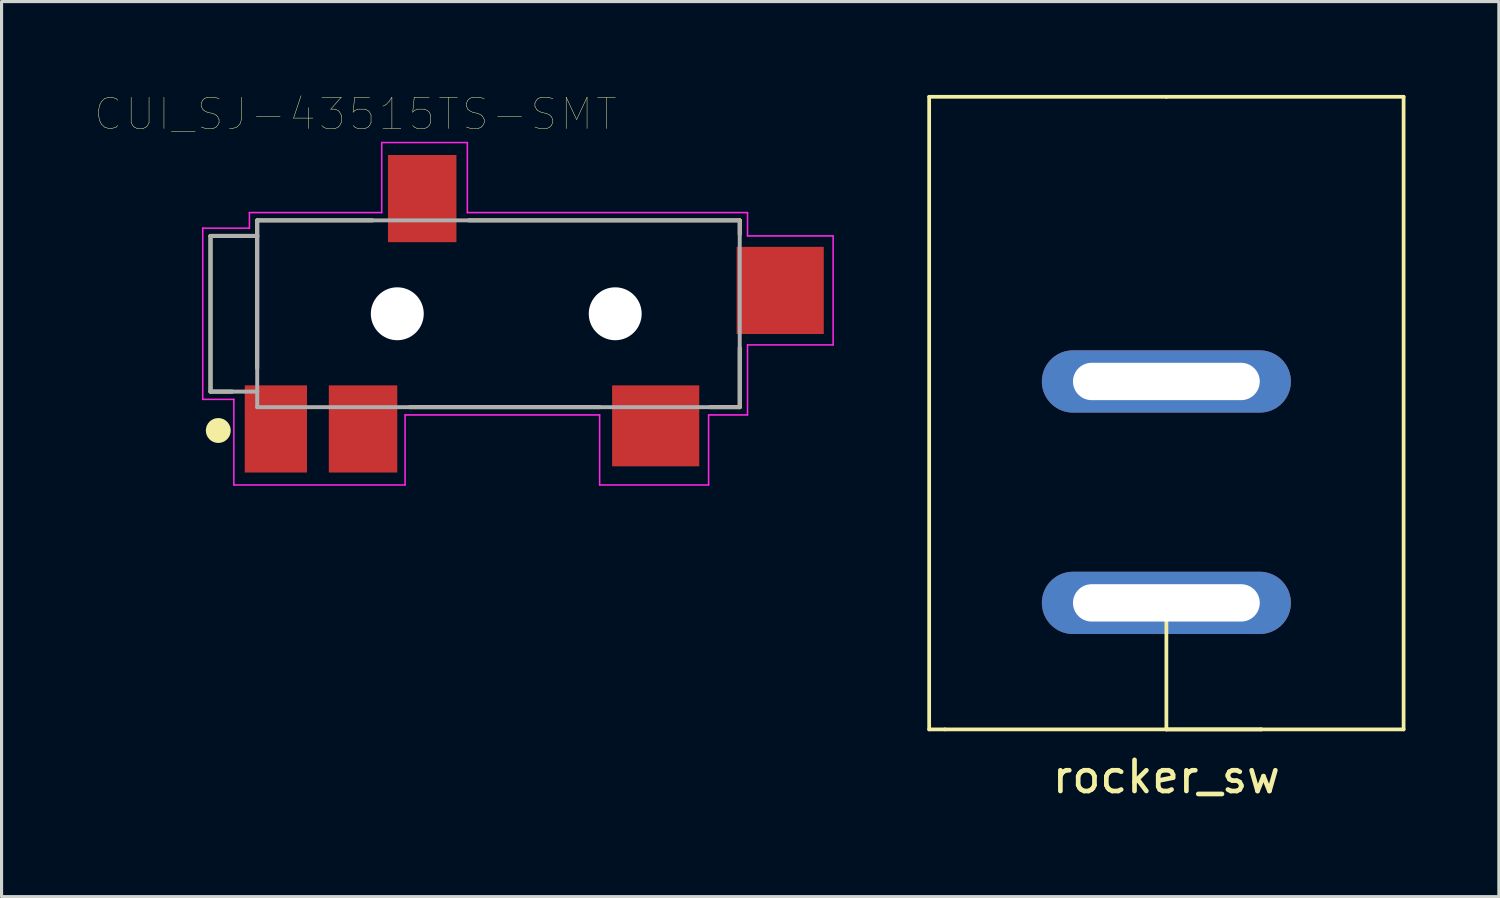
<source format=kicad_pcb>
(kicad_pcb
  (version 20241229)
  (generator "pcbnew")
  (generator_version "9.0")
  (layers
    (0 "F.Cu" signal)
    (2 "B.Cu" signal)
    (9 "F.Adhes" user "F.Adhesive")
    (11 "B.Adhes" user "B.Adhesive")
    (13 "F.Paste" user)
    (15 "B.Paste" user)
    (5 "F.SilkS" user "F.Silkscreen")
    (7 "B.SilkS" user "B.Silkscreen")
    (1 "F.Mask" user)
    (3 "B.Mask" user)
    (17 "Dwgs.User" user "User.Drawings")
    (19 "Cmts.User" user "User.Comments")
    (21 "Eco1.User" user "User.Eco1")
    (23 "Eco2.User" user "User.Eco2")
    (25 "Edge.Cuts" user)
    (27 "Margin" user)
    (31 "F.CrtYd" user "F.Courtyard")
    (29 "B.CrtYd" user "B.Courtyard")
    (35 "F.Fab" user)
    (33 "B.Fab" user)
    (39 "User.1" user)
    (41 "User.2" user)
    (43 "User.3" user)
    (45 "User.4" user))
  (footprint "rocker_sw"
    (layer "F.Cu")
    (at 34.417 12.76)
    (property "Reference" "rocker_sw" (at 0 9.144 0) (layer "F.SilkS") (effects (font (size 1 1) (thickness 0.15))))
    (attr through_hole)
    (fp_line (start -7.62 -12.7) (end -7.62 7.62) (stroke (width 0.12) (type solid)) (layer "F.SilkS"))
    (fp_line (start -7.62 7.62) (end -7.112 7.62) (stroke (width 0.12) (type solid)) (layer "F.SilkS"))
    (fp_line (start 0 -12.7) (end -7.62 -12.7) (stroke (width 0.12) (type solid)) (layer "F.SilkS"))
    (fp_line (start 0 -12.7) (end 7.62 -12.7) (stroke (width 0.12) (type solid)) (layer "F.SilkS"))
    (fp_line (start 0 3.556) (end 0 7.62) (stroke (width 0.12) (type solid)) (layer "F.SilkS"))
    (fp_line (start 0 7.62) (end -7.112 7.62) (stroke (width 0.12) (type solid)) (layer "F.SilkS"))
    (fp_line (start 0 7.62) (end 3.048 7.62) (stroke (width 0.12) (type solid)) (layer "F.SilkS"))
    (fp_line (start 3.048 7.62) (end 0 7.62) (stroke (width 0.12) (type solid)) (layer "F.SilkS"))
    (fp_line (start 7.62 -12.7) (end 7.62 7.62) (stroke (width 0.12) (type solid)) (layer "F.SilkS"))
    (fp_line (start 7.62 7.62) (end 3.048 7.62) (stroke (width 0.12) (type solid)) (layer "F.SilkS"))
    (pad "1" thru_hole oval (at 0 -3.556) (size 8 2) (drill oval 6 1.2) (layers "*.Cu" "*.Mask"))
    (pad "2" thru_hole oval (at 0 3.556) (size 8 2) (drill oval 6 1.2) (layers "*.Cu" "*.Mask")))
  (footprint "CUI_SJ-43515TS-SMT"
    (layer "F.Cu")
    (at 12.962 7.029)
    (property "Reference" "CUI_SJ-43515TS-SMT" (at -4.596 -6.415 0) (layer "F.SilkS") (effects (font (size 1.005 1.005) (thickness 0.015))))
    (attr through_hole)
    (fp_line (start -9.25 -2.5) (end -9.25 2.5) (stroke (width 0.127) (type solid)) (layer "F.SilkS"))
    (fp_line (start -9.25 2.5) (end -8.55 2.5) (stroke (width 0.127) (type solid)) (layer "F.SilkS"))
    (fp_line (start -7.75 -3) (end -7.75 -2.5) (stroke (width 0.127) (type solid)) (layer "F.SilkS"))
    (fp_line (start -7.75 -2.5) (end -9.25 -2.5) (stroke (width 0.127) (type solid)) (layer "F.SilkS"))
    (fp_line (start -7.75 -2.5) (end -7.75 1.75) (stroke (width 0.127) (type solid)) (layer "F.SilkS"))
    (fp_line (start -4.05 -3) (end -7.75 -3) (stroke (width 0.127) (type solid)) (layer "F.SilkS"))
    (fp_line (start -2.85 3) (end 3.25 3) (stroke (width 0.127) (type solid)) (layer "F.SilkS"))
    (fp_line (start 6.8 3) (end 7.75 3) (stroke (width 0.127) (type solid)) (layer "F.SilkS"))
    (fp_line (start 7.75 -3) (end -0.95 -3) (stroke (width 0.127) (type solid)) (layer "F.SilkS"))
    (fp_line (start 7.75 -3) (end 7.75 -2.55) (stroke (width 0.127) (type solid)) (layer "F.SilkS"))
    (fp_line (start 7.75 1.1) (end 7.75 3) (stroke (width 0.127) (type solid)) (layer "F.SilkS"))
    (fp_circle (center -9 3.75) (end -8.8 3.75) (stroke (width 0.4) (type solid)) (fill no) (layer "F.SilkS"))
    (fp_line (start -9.5 -2.75) (end -8 -2.75) (stroke (width 0.05) (type solid)) (layer "F.CrtYd"))
    (fp_line (start -9.5 2.75) (end -9.5 -2.75) (stroke (width 0.05) (type solid)) (layer "F.CrtYd"))
    (fp_line (start -8.5 2.75) (end -9.5 2.75) (stroke (width 0.05) (type solid)) (layer "F.CrtYd"))
    (fp_line (start -8.5 5.5) (end -8.5 2.75) (stroke (width 0.05) (type solid)) (layer "F.CrtYd"))
    (fp_line (start -8 -3.25) (end -3.75 -3.25) (stroke (width 0.05) (type solid)) (layer "F.CrtYd"))
    (fp_line (start -8 -2.75) (end -8 -3.25) (stroke (width 0.05) (type solid)) (layer "F.CrtYd"))
    (fp_line (start -3.75 -5.5) (end -1 -5.5) (stroke (width 0.05) (type solid)) (layer "F.CrtYd"))
    (fp_line (start -3.75 -3.25) (end -3.75 -5.5) (stroke (width 0.05) (type solid)) (layer "F.CrtYd"))
    (fp_line (start -3 3.25) (end -3 5.5) (stroke (width 0.05) (type solid)) (layer "F.CrtYd"))
    (fp_line (start -3 5.5) (end -8.5 5.5) (stroke (width 0.05) (type solid)) (layer "F.CrtYd"))
    (fp_line (start -1 -5.5) (end -1 -3.25) (stroke (width 0.05) (type solid)) (layer "F.CrtYd"))
    (fp_line (start -1 -3.25) (end 8 -3.25) (stroke (width 0.05) (type solid)) (layer "F.CrtYd"))
    (fp_line (start 3.25 3.25) (end -3 3.25) (stroke (width 0.05) (type solid)) (layer "F.CrtYd"))
    (fp_line (start 3.25 5.5) (end 3.25 3.25) (stroke (width 0.05) (type solid)) (layer "F.CrtYd"))
    (fp_line (start 6.75 3.25) (end 6.75 5.5) (stroke (width 0.05) (type solid)) (layer "F.CrtYd"))
    (fp_line (start 6.75 5.5) (end 3.25 5.5) (stroke (width 0.05) (type solid)) (layer "F.CrtYd"))
    (fp_line (start 8 -3.25) (end 8 -2.5) (stroke (width 0.05) (type solid)) (layer "F.CrtYd"))
    (fp_line (start 8 -2.5) (end 10.75 -2.5) (stroke (width 0.05) (type solid)) (layer "F.CrtYd"))
    (fp_line (start 8 1) (end 8 3.25) (stroke (width 0.05) (type solid)) (layer "F.CrtYd"))
    (fp_line (start 8 3.25) (end 6.75 3.25) (stroke (width 0.05) (type solid)) (layer "F.CrtYd"))
    (fp_line (start 10.75 -2.5) (end 10.75 1) (stroke (width 0.05) (type solid)) (layer "F.CrtYd"))
    (fp_line (start 10.75 1) (end 8 1) (stroke (width 0.05) (type solid)) (layer "F.CrtYd"))
    (fp_line (start -9.25 -2.5) (end -9.25 2.5) (stroke (width 0.127) (type solid)) (layer "F.Fab"))
    (fp_line (start -9.25 2.5) (end -7.75 2.5) (stroke (width 0.127) (type solid)) (layer "F.Fab"))
    (fp_line (start -7.75 -3) (end -7.75 -2.5) (stroke (width 0.127) (type solid)) (layer "F.Fab"))
    (fp_line (start -7.75 -2.5) (end -9.25 -2.5) (stroke (width 0.127) (type solid)) (layer "F.Fab"))
    (fp_line (start -7.75 -2.5) (end -7.75 2.5) (stroke (width 0.127) (type solid)) (layer "F.Fab"))
    (fp_line (start -7.75 2.5) (end -7.75 3) (stroke (width 0.127) (type solid)) (layer "F.Fab"))
    (fp_line (start -7.75 3) (end 7.75 3) (stroke (width 0.127) (type solid)) (layer "F.Fab"))
    (fp_line (start 7.75 -3) (end -7.75 -3) (stroke (width 0.127) (type solid)) (layer "F.Fab"))
    (fp_line (start 7.75 3) (end 7.75 -3) (stroke (width 0.127) (type solid)) (layer "F.Fab"))
    (pad "" np_thru_hole circle (at -3.25 0) (size 1.7 1.7) (drill 1.7) (layers "*.Cu" "*.Mask"))
    (pad "" np_thru_hole circle (at 3.75 0) (size 1.7 1.7) (drill 1.7) (layers "*.Cu" "*.Mask"))
    (pad "1" smd rect (at -7.15 3.7) (size 2 2.8) (layers "F.Cu" "F.Mask" "F.Paste"))
    (pad "2" smd rect (at 5.05 3.6) (size 2.8 2.6) (layers "F.Cu" "F.Mask" "F.Paste"))
    (pad "3" smd rect (at -2.45 -3.7) (size 2.2 2.8) (layers "F.Cu" "F.Mask" "F.Paste"))
    (pad "4" smd rect (at -4.35 3.7) (size 2.2 2.8) (layers "F.Cu" "F.Mask" "F.Paste"))
    (pad "5" smd rect (at 9.05 -0.75) (size 2.8 2.8) (layers "F.Cu" "F.Mask" "F.Paste")))
  (gr_rect
    (start -3 -3)
    (end 45.097 25.752)
    (stroke (width 0.1) (type default))
    (fill no)
    (layer "Edge.Cuts")))
</source>
